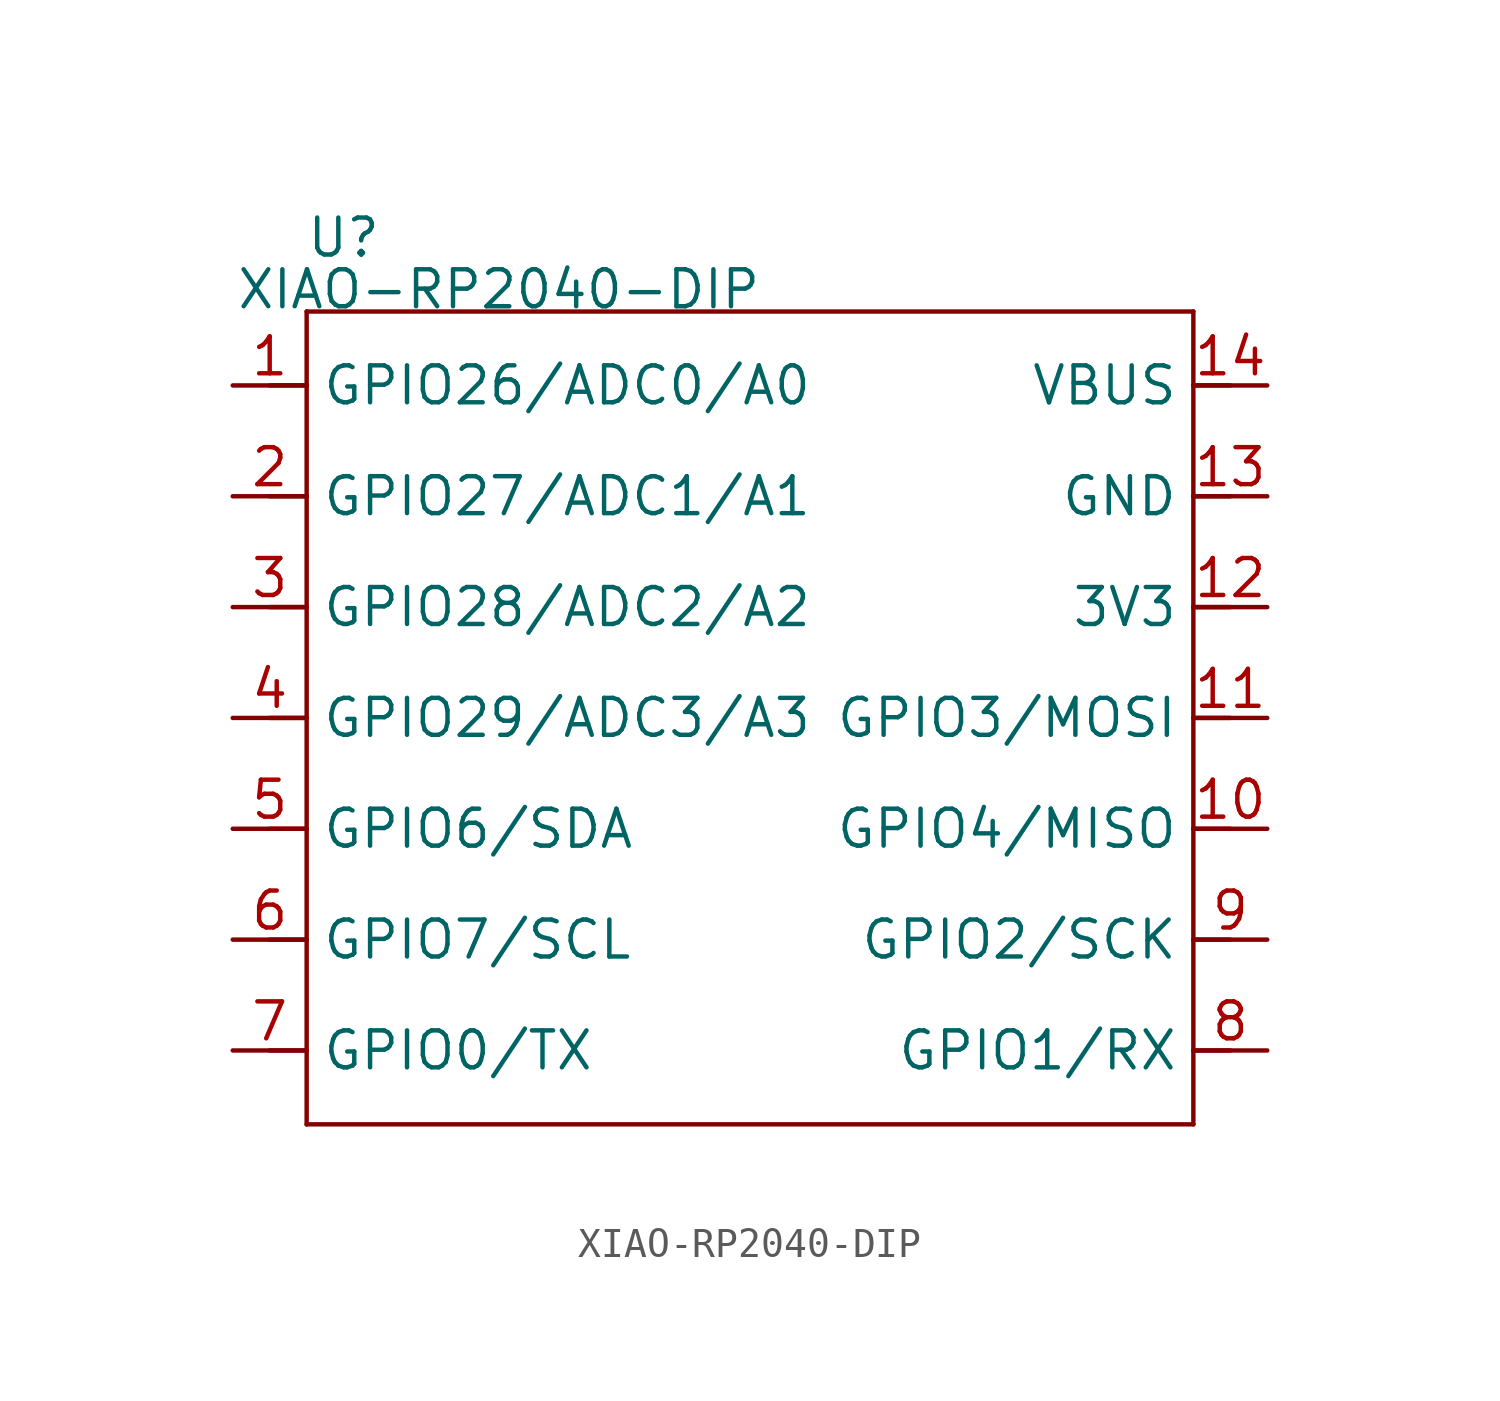
<source format=kicad_sym>
(kicad_symbol_lib
  (version 20241209)
  (generator "kicad_symbol_editor")
  (generator_version "9.0")
  (symbol "XIAO-RP2040-DIP"
    (property "Reference" "U"
      (at 0 0 0)
      (effects (font (size 1.27 1.27))))
    (property "Value" "XIAO-RP2040-DIP"
      (at 5.334 -1.778 0)
      (effects (font (size 1.27 1.27))))
    (symbol "XIAO-RP2040-DIP_1_0"
      (polyline (pts (xy -1.27 -2.54) (xy 29.21 -2.54)) (stroke (width 0.152) (type solid)) (fill (type none)))
      (polyline (pts (xy -1.27 -5.08) (xy -2.54 -5.08)) (stroke (width 0.152) (type solid)) (fill (type none)))
      (polyline (pts (xy -1.27 -5.08) (xy -1.27 -2.54)) (stroke (width 0.152) (type solid)) (fill (type none)))
      (polyline (pts (xy -1.27 -8.89) (xy -2.54 -8.89)) (stroke (width 0.152) (type solid)) (fill (type none)))
      (polyline (pts (xy -1.27 -8.89) (xy -1.27 -5.08)) (stroke (width 0.152) (type solid)) (fill (type none)))
      (polyline (pts (xy -1.27 -12.7) (xy -2.54 -12.7)) (stroke (width 0.152) (type solid)) (fill (type none)))
      (polyline (pts (xy -1.27 -12.7) (xy -1.27 -8.89)) (stroke (width 0.152) (type solid)) (fill (type none)))
      (polyline (pts (xy -1.27 -16.51) (xy -2.54 -16.51)) (stroke (width 0.152) (type solid)) (fill (type none)))
      (polyline (pts (xy -1.27 -16.51) (xy -1.27 -12.7)) (stroke (width 0.152) (type solid)) (fill (type none)))
      (polyline (pts (xy -1.27 -20.32) (xy -2.54 -20.32)) (stroke (width 0.152) (type solid)) (fill (type none)))
      (polyline (pts (xy -1.27 -24.13) (xy -2.54 -24.13)) (stroke (width 0.152) (type solid)) (fill (type none)))
      (polyline (pts (xy -1.27 -27.94) (xy -2.54 -27.94)) (stroke (width 0.152) (type solid)) (fill (type none)))
      (polyline (pts (xy -1.27 -30.48) (xy -1.27 -16.51)) (stroke (width 0.152) (type solid)) (fill (type none)))
      (polyline (pts (xy 29.21 -2.54) (xy 29.21 -5.08)) (stroke (width 0.152) (type solid)) (fill (type none)))
      (polyline (pts (xy 29.21 -5.08) (xy 29.21 -8.89)) (stroke (width 0.152) (type solid)) (fill (type none)))
      (polyline (pts (xy 29.21 -8.89) (xy 29.21 -12.7)) (stroke (width 0.152) (type solid)) (fill (type none)))
      (polyline (pts (xy 29.21 -12.7) (xy 29.21 -30.48)) (stroke (width 0.152) (type solid)) (fill (type none)))
      (polyline (pts (xy 29.21 -30.48) (xy -1.27 -30.48)) (stroke (width 0.152) (type solid)) (fill (type none)))
      (polyline (pts (xy 30.48 -5.08) (xy 29.21 -5.08)) (stroke (width 0.152) (type solid)) (fill (type none)))
      (polyline (pts (xy 30.48 -8.89) (xy 29.21 -8.89)) (stroke (width 0.152) (type solid)) (fill (type none)))
      (polyline (pts (xy 30.48 -12.7) (xy 29.21 -12.7)) (stroke (width 0.152) (type solid)) (fill (type none)))
      (polyline (pts (xy 30.48 -16.51) (xy 29.21 -16.51)) (stroke (width 0.152) (type solid)) (fill (type none)))
      (polyline (pts (xy 30.48 -20.32) (xy 29.21 -20.32)) (stroke (width 0.152) (type solid)) (fill (type none)))
      (polyline (pts (xy 30.48 -24.13) (xy 29.21 -24.13)) (stroke (width 0.152) (type solid)) (fill (type none)))
      (polyline (pts (xy 30.48 -27.94) (xy 29.21 -27.94)) (stroke (width 0.152) (type solid)) (fill (type none)))
      (pin passive line (at -3.81 -5.08 0) (length 2.54) (name "GPIO26/ADC0/A0" (effects (font (size 1.27 1.27)))) (number "1" (effects (font (size 1.27 1.27)))))
      (pin passive line (at -3.81 -8.89 0) (length 2.54) (name "GPIO27/ADC1/A1" (effects (font (size 1.27 1.27)))) (number "2" (effects (font (size 1.27 1.27)))))
      (pin passive line (at -3.81 -12.7 0) (length 2.54) (name "GPIO28/ADC2/A2" (effects (font (size 1.27 1.27)))) (number "3" (effects (font (size 1.27 1.27)))))
      (pin passive line (at -3.81 -16.51 0) (length 2.54) (name "GPIO29/ADC3/A3" (effects (font (size 1.27 1.27)))) (number "4" (effects (font (size 1.27 1.27)))))
      (pin passive line (at -3.81 -20.32 0) (length 2.54) (name "GPIO6/SDA" (effects (font (size 1.27 1.27)))) (number "5" (effects (font (size 1.27 1.27)))))
      (pin passive line (at -3.81 -24.13 0) (length 2.54) (name "GPIO7/SCL" (effects (font (size 1.27 1.27)))) (number "6" (effects (font (size 1.27 1.27)))))
      (pin passive line (at -3.81 -27.94 0) (length 2.54) (name "GPIO0/TX" (effects (font (size 1.27 1.27)))) (number "7" (effects (font (size 1.27 1.27)))))
      (pin power_out line (at 31.75 -5.08 180) (length 2.54) (name "VBUS" (effects (font (size 1.27 1.27)))) (number "14" (effects (font (size 1.27 1.27)))))
      (pin power_out line (at 31.75 -8.89 180) (length 2.54) (name "GND" (effects (font (size 1.27 1.27)))) (number "13" (effects (font (size 1.27 1.27)))))
      (pin power_out line (at 31.75 -12.7 180) (length 2.54) (name "3V3" (effects (font (size 1.27 1.27)))) (number "12" (effects (font (size 1.27 1.27)))))
      (pin passive line (at 31.75 -16.51 180) (length 2.54) (name "GPIO3/MOSI" (effects (font (size 1.27 1.27)))) (number "11" (effects (font (size 1.27 1.27)))))
      (pin passive line (at 31.75 -20.32 180) (length 2.54) (name "GPIO4/MISO" (effects (font (size 1.27 1.27)))) (number "10" (effects (font (size 1.27 1.27)))))
      (pin passive line (at 31.75 -24.13 180) (length 2.54) (name "GPIO2/SCK" (effects (font (size 1.27 1.27)))) (number "9" (effects (font (size 1.27 1.27)))))
      (pin passive line (at 31.75 -27.94 180) (length 2.54) (name "GPIO1/RX" (effects (font (size 1.27 1.27)))) (number "8" (effects (font (size 1.27 1.27))))))))
</source>
